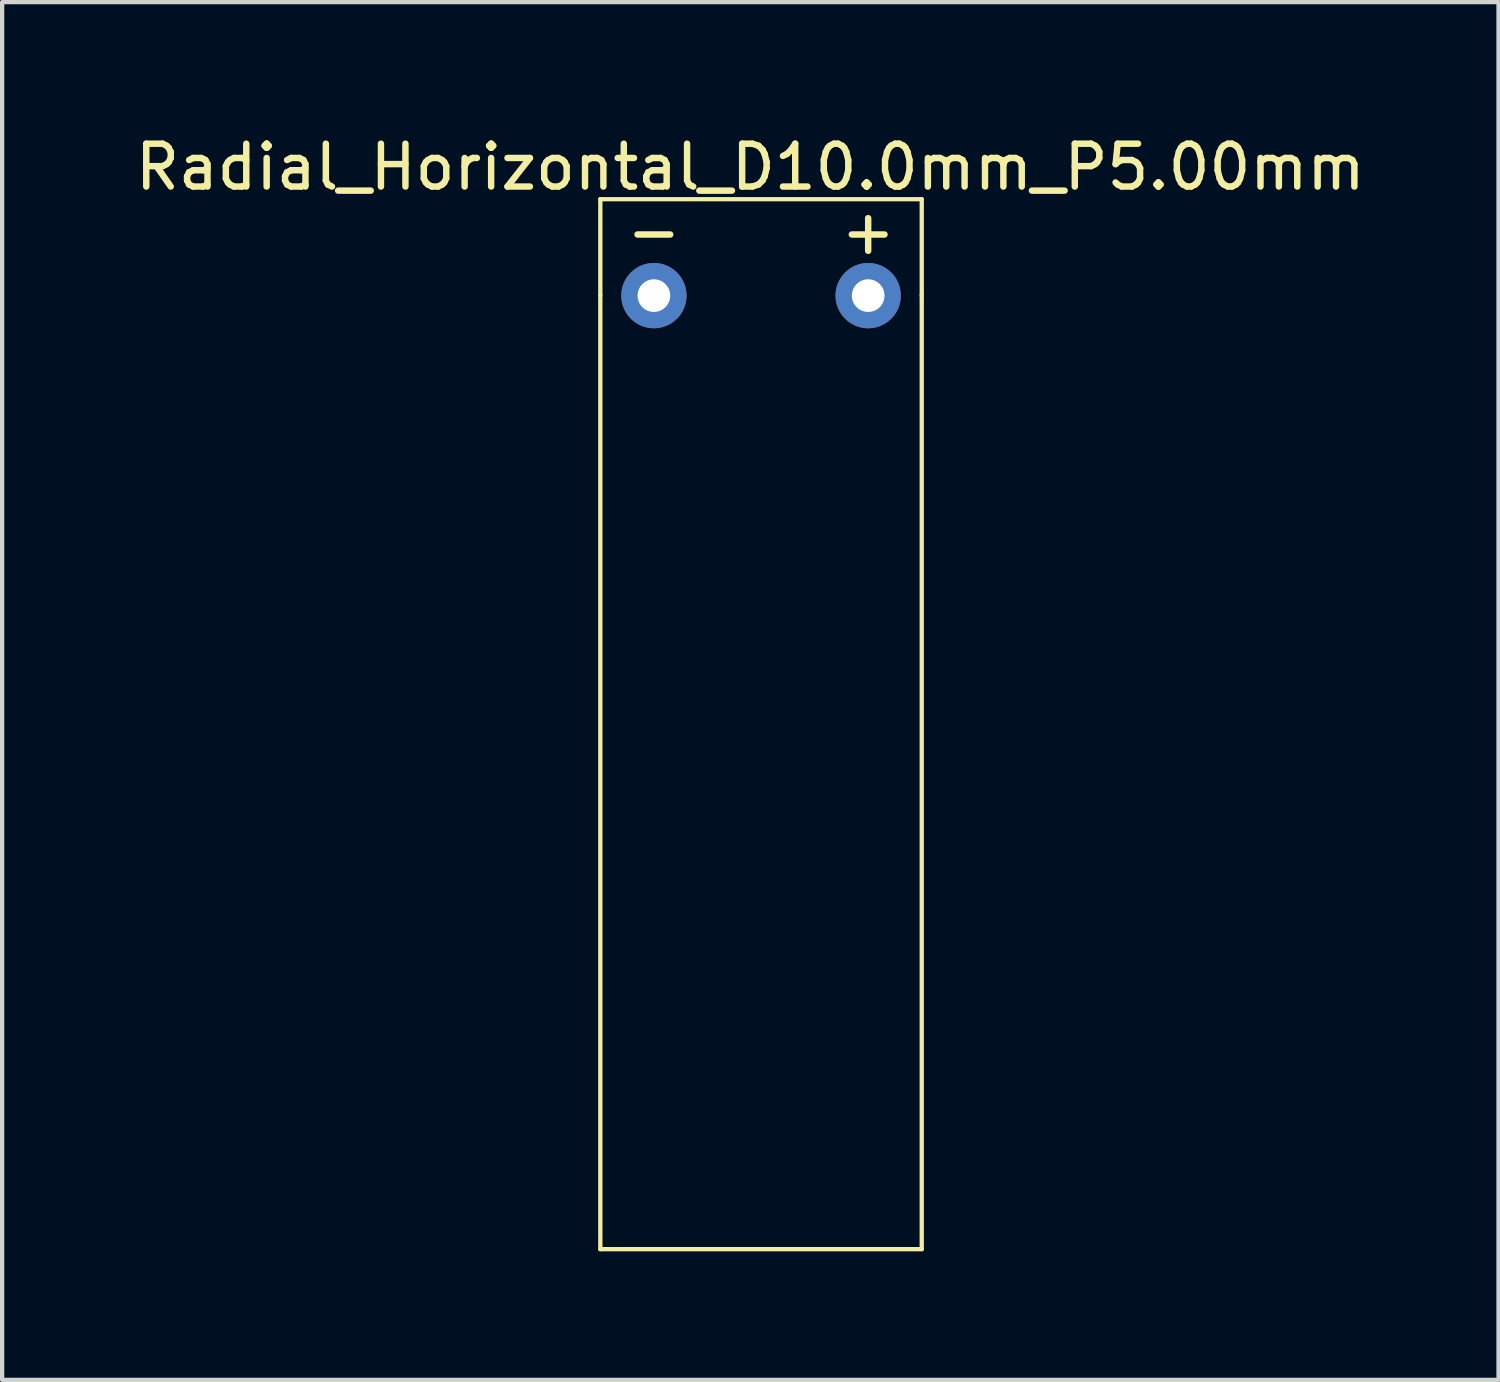
<source format=kicad_pcb>
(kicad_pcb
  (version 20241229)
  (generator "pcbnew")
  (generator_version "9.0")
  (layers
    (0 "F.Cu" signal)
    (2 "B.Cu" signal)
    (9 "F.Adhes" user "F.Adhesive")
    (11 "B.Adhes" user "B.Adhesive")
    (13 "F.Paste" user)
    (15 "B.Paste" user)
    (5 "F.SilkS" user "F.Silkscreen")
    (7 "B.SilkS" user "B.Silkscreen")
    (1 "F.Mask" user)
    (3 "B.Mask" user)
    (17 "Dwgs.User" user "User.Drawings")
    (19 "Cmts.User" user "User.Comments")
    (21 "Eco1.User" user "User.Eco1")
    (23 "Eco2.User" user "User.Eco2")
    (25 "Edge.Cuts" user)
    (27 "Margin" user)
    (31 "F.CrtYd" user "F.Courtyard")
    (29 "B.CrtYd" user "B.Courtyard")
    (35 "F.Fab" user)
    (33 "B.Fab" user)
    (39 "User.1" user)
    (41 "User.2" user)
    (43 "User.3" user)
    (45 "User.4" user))
  (footprint "Radial_Horizontal_D10.0mm_P5.00mm"
    (layer "F.Cu")
    (at 12.208 3.848)
    (property "Reference" "Radial_Horizontal_D10.0mm_P5.00mm" (at 2.25 -3 0) (layer "F.SilkS") (effects (font (size 1 1) (thickness 0.15))))
    (attr through_hole)
    (fp_line (start -1.25 -2.25) (end 6.25 -2.25) (stroke (width 0.1) (type solid)) (layer "F.SilkS"))
    (fp_line (start -1.25 0) (end -1.25 -2.25) (stroke (width 0.1) (type solid)) (layer "F.SilkS"))
    (fp_line (start -1.25 22.25) (end -1.25 0) (stroke (width 0.1) (type solid)) (layer "F.SilkS"))
    (fp_line (start 6.25 -2.25) (end 6.25 0) (stroke (width 0.1) (type solid)) (layer "F.SilkS"))
    (fp_line (start 6.25 0) (end 6.25 22.25) (stroke (width 0.1) (type solid)) (layer "F.SilkS"))
    (fp_line (start 6.25 22.25) (end -1.25 22.25) (stroke (width 0.1) (type solid)) (layer "F.SilkS"))
    (fp_text user "-" (at 0 -1.5 0) (layer "F.SilkS") (effects (font (size 1 1) (thickness 0.15))))
    (fp_text user "+" (at 5 -1.5 0) (layer "F.SilkS") (effects (font (size 1 1) (thickness 0.15))))
    (pad "1" thru_hole circle (at 5 0) (size 1.524 1.524) (drill 0.762) (layers "*.Cu" "*.Mask"))
    (pad "2" thru_hole circle (at 0 0) (size 1.524 1.524) (drill 0.762) (layers "*.Cu" "*.Mask")))
  (gr_rect
    (start -3 -3)
    (end 31.917 29.148)
    (stroke (width 0.1) (type default))
    (fill no)
    (layer "Edge.Cuts")))
</source>
